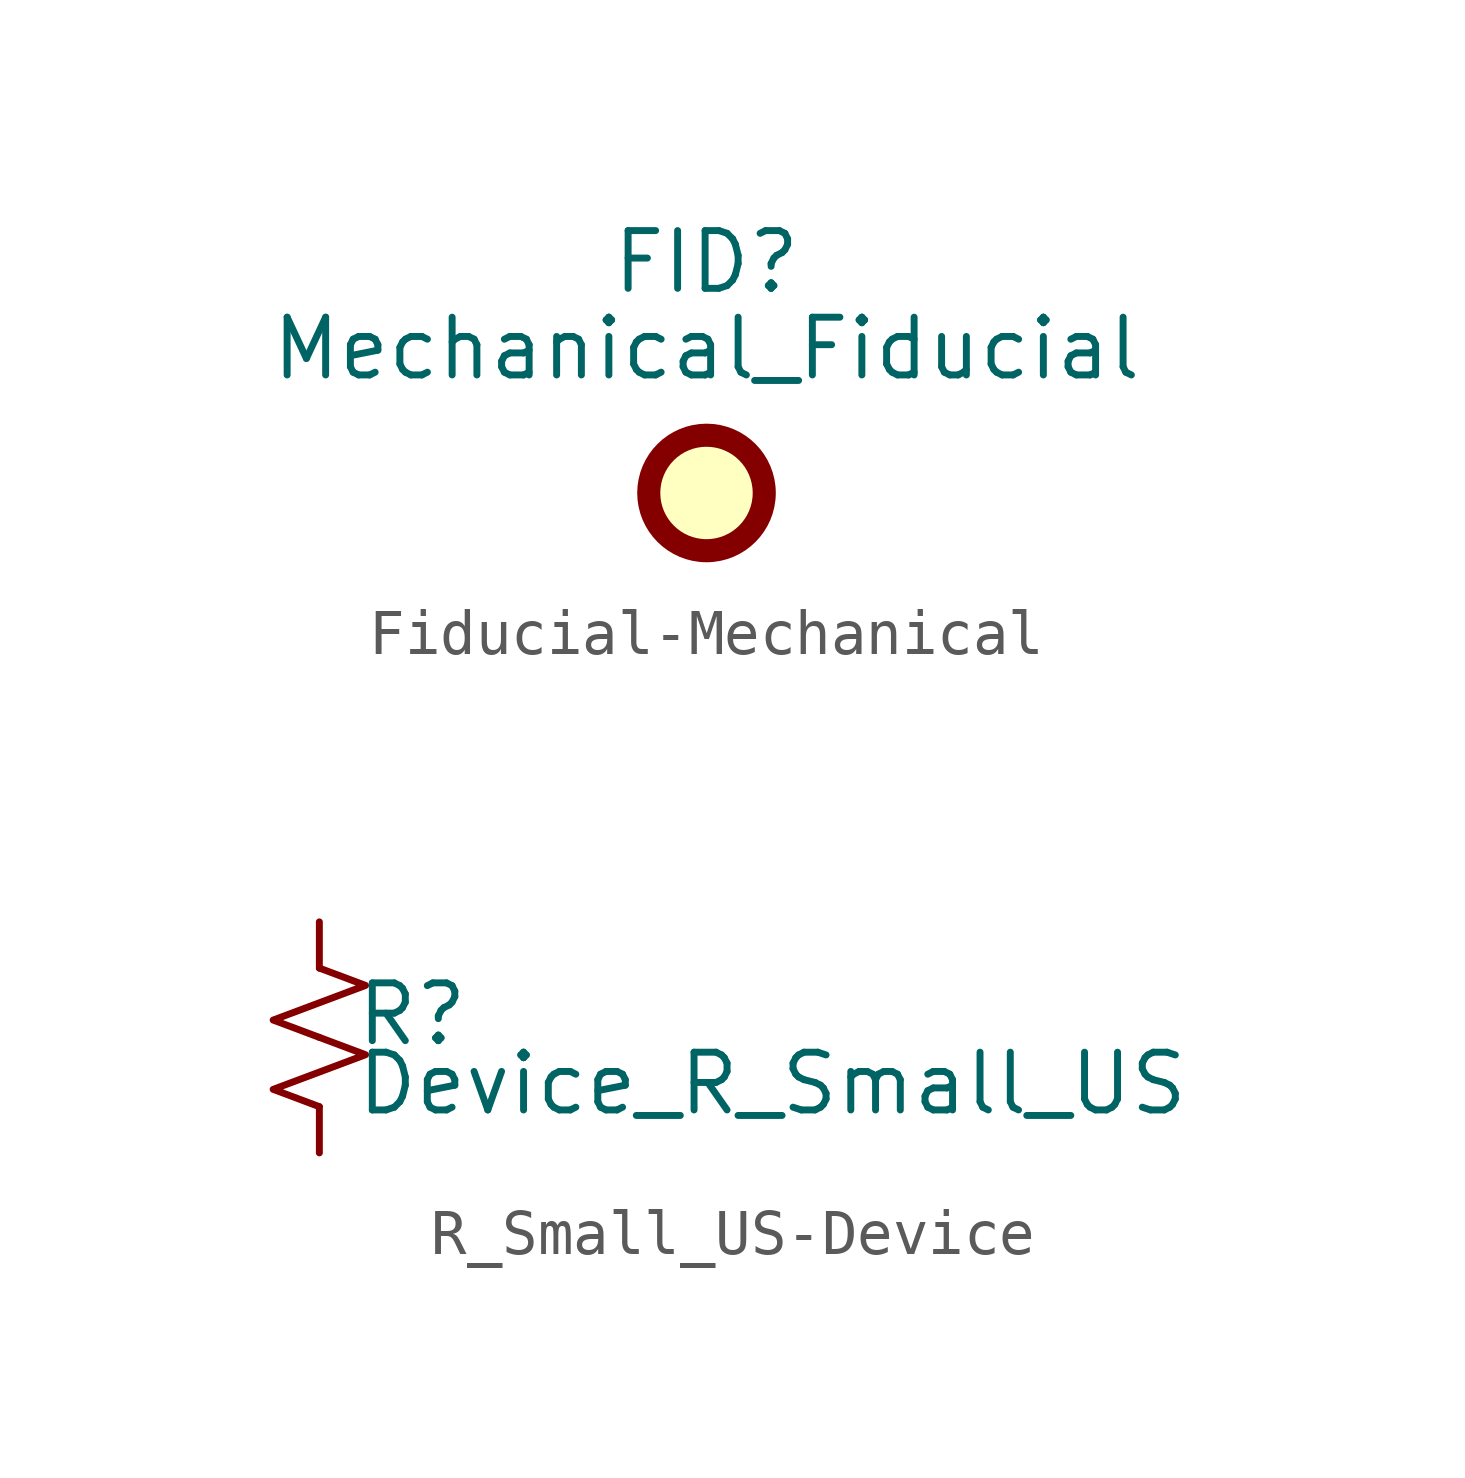
<source format=kicad_sym>
(kicad_symbol_lib
  (version 20220914)
  (generator kicad_symbol_editor)
  (symbol "Fiducial-Mechanical"
    (property "Reference" "FID"
      (at 0 5.08 0)
      (effects (font (size 1.27 1.27))))
    (property "Value" "Mechanical_Fiducial"
      (at 0 3.175 0)
      (effects (font (size 1.27 1.27))))
    (symbol "Fiducial-Mechanical_0_1"
      (circle (center 0 0) (radius 1.27) (stroke (width 0.508) (type solid)) (fill (type background)))))
  (symbol "R_Small_US-Device"
    (pin_numbers hide)
    (pin_names
      (offset 0.254) hide)
    (property "Reference" "R"
      (at 0.762 0.508 0)
      (effects (font (size 1.27 1.27)) (justify left)))
    (property "Value" "Device_R_Small_US"
      (at 0.762 -1.016 0)
      (effects (font (size 1.27 1.27)) (justify left)))
    (symbol "R_Small_US-Device_1_1"
      (polyline (pts (xy 0 0) (xy 1.016 -0.381) (xy 0 -0.762) (xy -1.016 -1.143) (xy 0 -1.524)) (stroke (width 0) (type solid)) (fill (type none)))
      (polyline (pts (xy 0 1.524) (xy 1.016 1.143) (xy 0 0.762) (xy -1.016 0.381) (xy 0 0)) (stroke (width 0) (type solid)) (fill (type none)))
      (pin passive line (at 0 2.54 270) (length 1.016) (name "~" (effects (font (size 1.27 1.27)))) (number "1" (effects (font (size 1.27 1.27)))))
      (pin passive line (at 0 -2.54 90) (length 1.016) (name "~" (effects (font (size 1.27 1.27)))) (number "2" (effects (font (size 1.27 1.27))))))))
</source>
